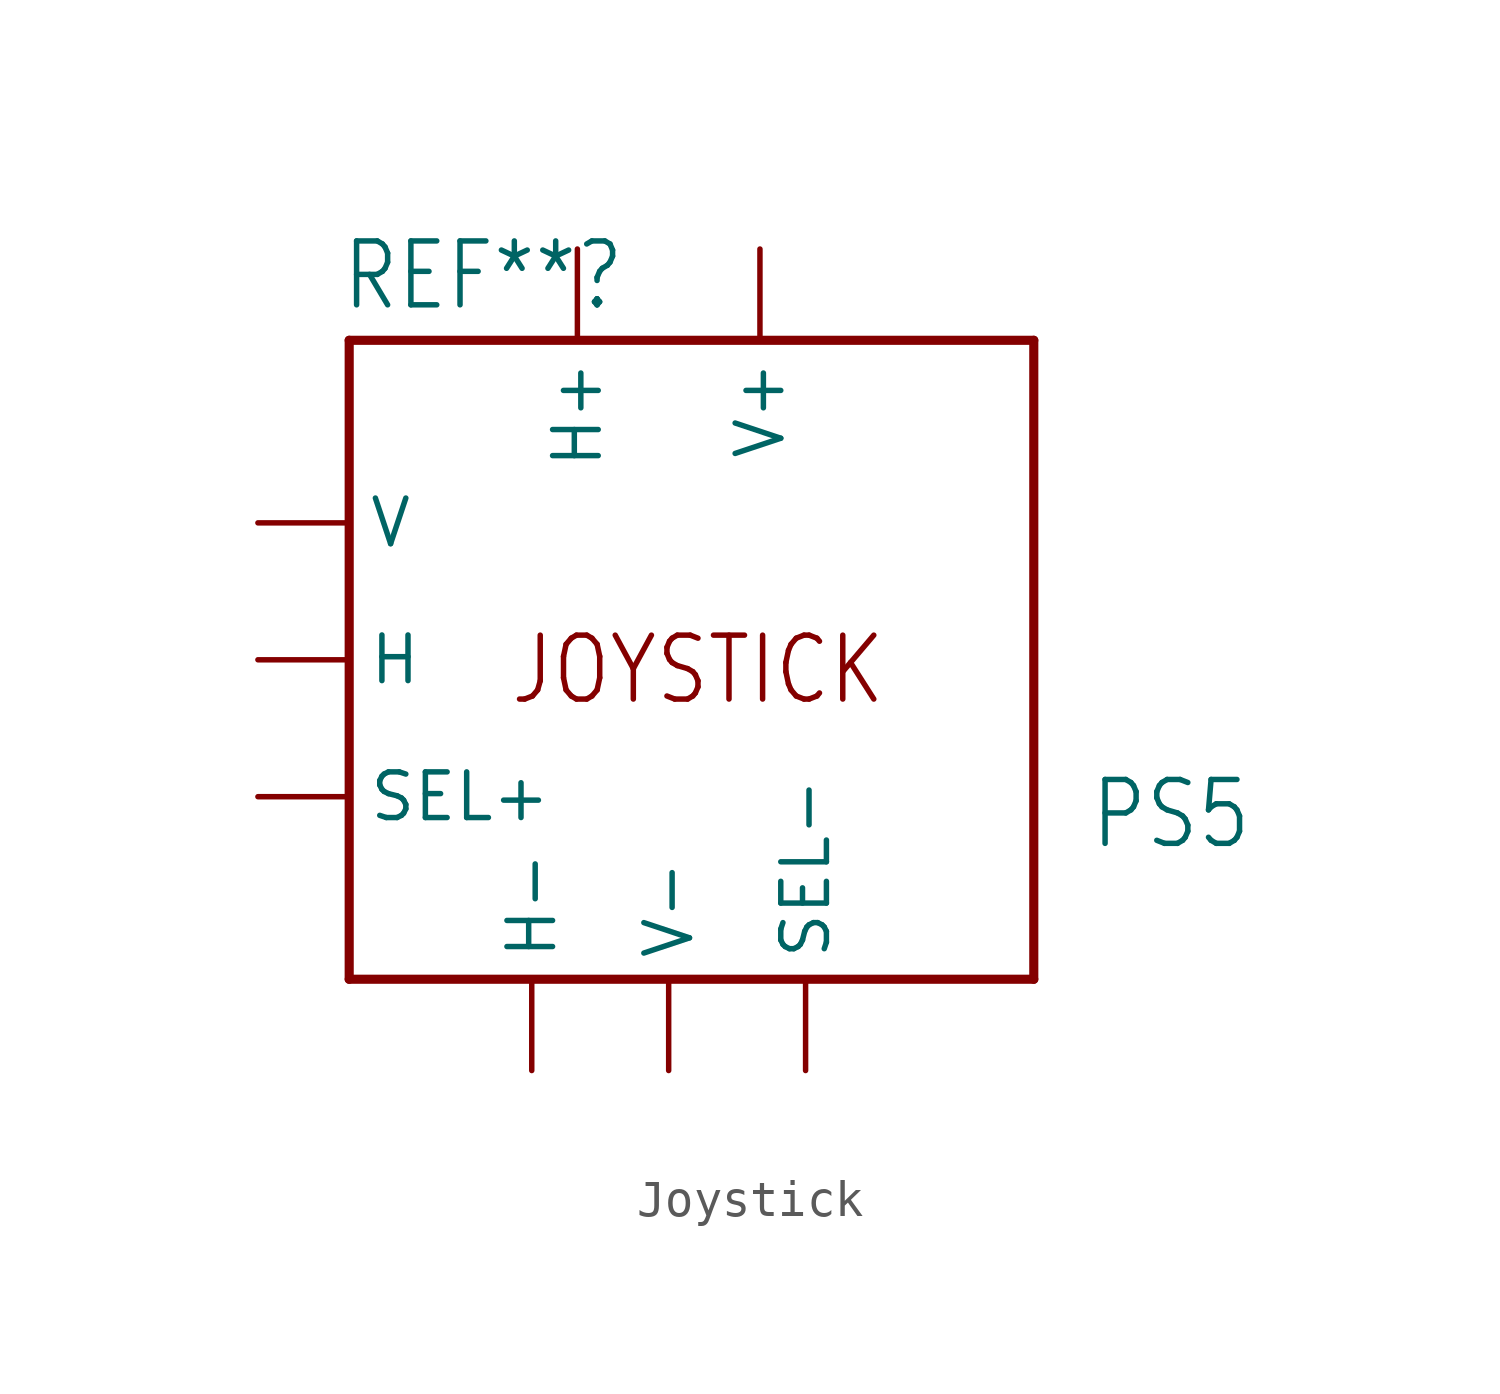
<source format=kicad_sym>
(kicad_symbol_lib
  (version 20231120)
  (generator "kicad_symbol_editor")
  (generator_version "8.0")
  (symbol "Joystick"
    (property "Reference" "REF**"
      (at -10.414 9.652 0)
      (effects (font (size 1.778 1.511)) (justify left bottom)))
    (property "Value" "PS5"
      (at 10.414 -5.334 0)
      (effects (font (size 1.778 1.511)) (justify left bottom)))
    (symbol "Joystick_1_0"
      (polyline (pts (xy -10.16 -8.89) (xy -10.16 8.89)) (stroke (width 0.254) (type solid)) (fill (type none)))
      (polyline (pts (xy -10.16 8.89) (xy 8.89 8.89)) (stroke (width 0.254) (type solid)) (fill (type none)))
      (polyline (pts (xy 8.89 -8.89) (xy -10.16 -8.89)) (stroke (width 0.254) (type solid)) (fill (type none)))
      (polyline (pts (xy 8.89 8.89) (xy 8.89 -8.89)) (stroke (width 0.254) (type solid)) (fill (type none)))
      (text "JOYSTICK" (at 4.826 0.762 0) (effects (font (size 1.778 1.511)) (justify right top)))
      (pin bidirectional line (at -5.08 -11.43 90) (length 2.54) (name "H-" (effects (font (size 1.27 1.27)))) (number "1" (effects (font (size 0 0)))))
      (pin bidirectional line (at -1.27 -11.43 90) (length 2.54) (name "V-" (effects (font (size 1.27 1.27)))) (number "1'" (effects (font (size 0 0)))))
      (pin bidirectional line (at -12.7 0 0) (length 2.54) (name "H" (effects (font (size 1.27 1.27)))) (number "2" (effects (font (size 0 0)))))
      (pin bidirectional line (at -12.7 3.81 0) (length 2.54) (name "V" (effects (font (size 1.27 1.27)))) (number "2'" (effects (font (size 0 0)))))
      (pin bidirectional line (at -3.81 11.43 270) (length 2.54) (name "H+" (effects (font (size 1.27 1.27)))) (number "3" (effects (font (size 0 0)))))
      (pin bidirectional line (at 1.27 11.43 270) (length 2.54) (name "V+" (effects (font (size 1.27 1.27)))) (number "3'" (effects (font (size 0 0)))))
      (pin bidirectional line (at -12.7 -3.81 0) (length 2.54) (name "SEL+" (effects (font (size 1.27 1.27)))) (number "a" (effects (font (size 0 0)))))
      (pin bidirectional line (at 2.54 -11.43 90) (length 2.54) (name "SEL-" (effects (font (size 1.27 1.27)))) (number "c" (effects (font (size 0 0))))))))
</source>
